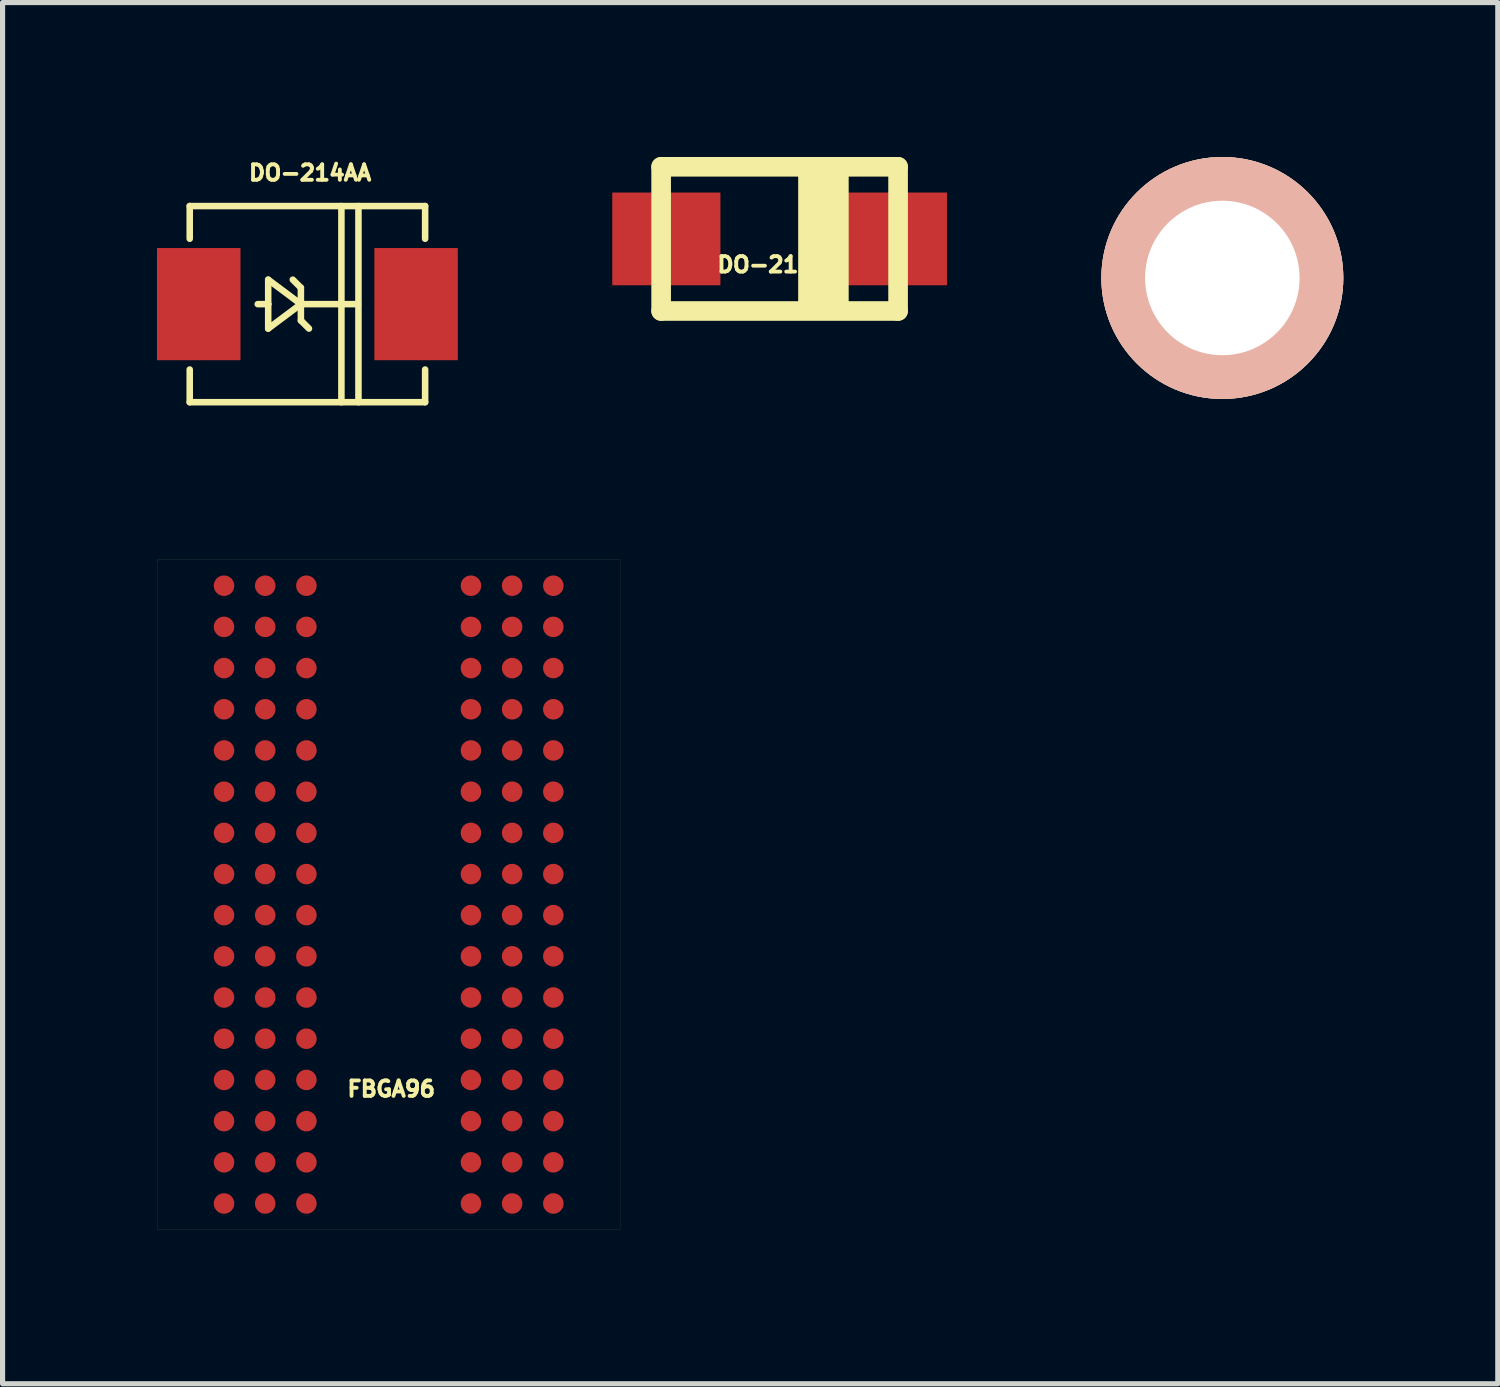
<source format=kicad_pcb>
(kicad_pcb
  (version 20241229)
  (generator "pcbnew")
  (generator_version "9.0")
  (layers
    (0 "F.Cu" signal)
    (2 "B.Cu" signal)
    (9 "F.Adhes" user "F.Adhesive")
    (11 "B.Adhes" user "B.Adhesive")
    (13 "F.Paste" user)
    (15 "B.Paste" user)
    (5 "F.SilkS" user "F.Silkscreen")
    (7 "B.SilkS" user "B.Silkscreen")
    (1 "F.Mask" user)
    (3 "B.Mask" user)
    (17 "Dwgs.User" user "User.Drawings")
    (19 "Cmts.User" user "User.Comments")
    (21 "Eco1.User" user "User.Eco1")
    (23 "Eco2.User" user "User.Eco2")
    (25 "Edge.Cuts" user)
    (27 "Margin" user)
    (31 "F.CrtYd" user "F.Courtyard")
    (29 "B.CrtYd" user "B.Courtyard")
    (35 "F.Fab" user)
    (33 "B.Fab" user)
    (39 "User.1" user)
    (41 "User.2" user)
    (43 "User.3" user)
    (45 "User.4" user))
  (footprint "FBGA96"
    (layer "F.Cu")
    (at 4.549 15.488)
    (property "Reference" "FBGA96" (at 0 2.612 0) (layer "F.SilkS") (effects (font (size 0.3 0.3) (thickness 0.075))))
    (attr smd)
    (fp_line (start -4.548 -7.662) (end -4.548 5.337) (stroke (width 0.001) (type solid)) (layer "F.SilkS"))
    (fp_line (start -4.518 -7.662) (end -4.548 -7.632) (stroke (width 0.001) (type solid)) (layer "F.SilkS"))
    (fp_line (start 4.448 -7.662) (end -4.548 -7.662) (stroke (width 0.001) (type solid)) (layer "F.SilkS"))
    (fp_line (start 4.448 -7.662) (end 4.448 5.337) (stroke (width 0.001) (type solid)) (layer "F.SilkS"))
    (fp_line (start 4.448 5.337) (end -4.548 5.337) (stroke (width 0.001) (type solid)) (layer "F.SilkS"))
    (pad "A1" smd oval (at -3.248 -7.162 270) (size 0.399 0.399) (layers "F.Cu" "F.Mask" "F.Paste"))
    (pad "A2" smd oval (at -2.448 -7.162 270) (size 0.399 0.399) (layers "F.Cu" "F.Mask" "F.Paste"))
    (pad "A3" smd oval (at -1.648 -7.162 270) (size 0.399 0.399) (layers "F.Cu" "F.Mask" "F.Paste"))
    (pad "A7" smd oval (at 1.548 -7.162 270) (size 0.399 0.399) (layers "F.Cu" "F.Mask" "F.Paste"))
    (pad "A8" smd oval (at 2.348 -7.162 270) (size 0.399 0.399) (layers "F.Cu" "F.Mask" "F.Paste"))
    (pad "A9" smd oval (at 3.148 -7.162 270) (size 0.399 0.399) (layers "F.Cu" "F.Mask" "F.Paste"))
    (pad "B1" smd oval (at -3.248 -6.362 270) (size 0.399 0.399) (layers "F.Cu" "F.Mask" "F.Paste"))
    (pad "B2" smd oval (at -2.448 -6.362 270) (size 0.399 0.399) (layers "F.Cu" "F.Mask" "F.Paste"))
    (pad "B3" smd oval (at -1.648 -6.362 270) (size 0.399 0.399) (layers "F.Cu" "F.Mask" "F.Paste"))
    (pad "B7" smd oval (at 1.548 -6.362 270) (size 0.399 0.399) (layers "F.Cu" "F.Mask" "F.Paste"))
    (pad "B8" smd oval (at 2.348 -6.362 270) (size 0.399 0.399) (layers "F.Cu" "F.Mask" "F.Paste"))
    (pad "B9" smd oval (at 3.148 -6.362 270) (size 0.399 0.399) (layers "F.Cu" "F.Mask" "F.Paste"))
    (pad "C1" smd oval (at -3.248 -5.562 270) (size 0.399 0.399) (layers "F.Cu" "F.Mask" "F.Paste"))
    (pad "C2" smd oval (at -2.448 -5.562 270) (size 0.399 0.399) (layers "F.Cu" "F.Mask" "F.Paste"))
    (pad "C3" smd oval (at -1.648 -5.562 270) (size 0.399 0.399) (layers "F.Cu" "F.Mask" "F.Paste"))
    (pad "C7" smd oval (at 1.548 -5.562 270) (size 0.399 0.399) (layers "F.Cu" "F.Mask" "F.Paste"))
    (pad "C8" smd oval (at 2.348 -5.562 270) (size 0.399 0.399) (layers "F.Cu" "F.Mask" "F.Paste"))
    (pad "C9" smd oval (at 3.148 -5.562 270) (size 0.399 0.399) (layers "F.Cu" "F.Mask" "F.Paste"))
    (pad "D1" smd oval (at -3.248 -4.762 270) (size 0.399 0.399) (layers "F.Cu" "F.Mask" "F.Paste"))
    (pad "D2" smd oval (at -2.448 -4.762 270) (size 0.399 0.399) (layers "F.Cu" "F.Mask" "F.Paste"))
    (pad "D3" smd oval (at -1.648 -4.762 270) (size 0.399 0.399) (layers "F.Cu" "F.Mask" "F.Paste"))
    (pad "D7" smd oval (at 1.548 -4.762 270) (size 0.399 0.399) (layers "F.Cu" "F.Mask" "F.Paste"))
    (pad "D8" smd oval (at 2.348 -4.762 270) (size 0.399 0.399) (layers "F.Cu" "F.Mask" "F.Paste"))
    (pad "D9" smd oval (at 3.148 -4.762 270) (size 0.399 0.399) (layers "F.Cu" "F.Mask" "F.Paste"))
    (pad "E1" smd oval (at -3.248 -3.962 270) (size 0.399 0.399) (layers "F.Cu" "F.Mask" "F.Paste"))
    (pad "E2" smd oval (at -2.448 -3.962 270) (size 0.399 0.399) (layers "F.Cu" "F.Mask" "F.Paste"))
    (pad "E3" smd oval (at -1.648 -3.962 270) (size 0.399 0.399) (layers "F.Cu" "F.Mask" "F.Paste"))
    (pad "E7" smd oval (at 1.548 -3.962 270) (size 0.399 0.399) (layers "F.Cu" "F.Mask" "F.Paste"))
    (pad "E8" smd oval (at 2.348 -3.962 270) (size 0.399 0.399) (layers "F.Cu" "F.Mask" "F.Paste"))
    (pad "E9" smd oval (at 3.148 -3.962 270) (size 0.399 0.399) (layers "F.Cu" "F.Mask" "F.Paste"))
    (pad "F1" smd oval (at -3.248 -3.161 270) (size 0.399 0.399) (layers "F.Cu" "F.Mask" "F.Paste"))
    (pad "F2" smd oval (at -2.448 -3.161 270) (size 0.399 0.399) (layers "F.Cu" "F.Mask" "F.Paste"))
    (pad "F3" smd oval (at -1.648 -3.161 270) (size 0.399 0.399) (layers "F.Cu" "F.Mask" "F.Paste"))
    (pad "F7" smd oval (at 1.548 -3.161 270) (size 0.399 0.399) (layers "F.Cu" "F.Mask" "F.Paste"))
    (pad "F8" smd oval (at 2.348 -3.161 270) (size 0.399 0.399) (layers "F.Cu" "F.Mask" "F.Paste"))
    (pad "F9" smd oval (at 3.148 -3.161 270) (size 0.399 0.399) (layers "F.Cu" "F.Mask" "F.Paste"))
    (pad "G1" smd oval (at -3.248 -2.361 270) (size 0.399 0.399) (layers "F.Cu" "F.Mask" "F.Paste"))
    (pad "G2" smd oval (at -2.448 -2.361 270) (size 0.399 0.399) (layers "F.Cu" "F.Mask" "F.Paste"))
    (pad "G3" smd oval (at -1.648 -2.361 270) (size 0.399 0.399) (layers "F.Cu" "F.Mask" "F.Paste"))
    (pad "G7" smd oval (at 1.548 -2.361 270) (size 0.399 0.399) (layers "F.Cu" "F.Mask" "F.Paste"))
    (pad "G8" smd oval (at 2.348 -2.361 270) (size 0.399 0.399) (layers "F.Cu" "F.Mask" "F.Paste"))
    (pad "G9" smd oval (at 3.148 -2.361 270) (size 0.399 0.399) (layers "F.Cu" "F.Mask" "F.Paste"))
    (pad "H1" smd oval (at -3.248 -1.561 270) (size 0.399 0.399) (layers "F.Cu" "F.Mask" "F.Paste"))
    (pad "H2" smd oval (at -2.448 -1.561 270) (size 0.399 0.399) (layers "F.Cu" "F.Mask" "F.Paste"))
    (pad "H3" smd oval (at -1.648 -1.561 270) (size 0.399 0.399) (layers "F.Cu" "F.Mask" "F.Paste"))
    (pad "H7" smd oval (at 1.548 -1.561 270) (size 0.399 0.399) (layers "F.Cu" "F.Mask" "F.Paste"))
    (pad "H8" smd oval (at 2.348 -1.561 270) (size 0.399 0.399) (layers "F.Cu" "F.Mask" "F.Paste"))
    (pad "H9" smd oval (at 3.148 -1.561 270) (size 0.399 0.399) (layers "F.Cu" "F.Mask" "F.Paste"))
    (pad "J1" smd oval (at -3.248 -0.764 270) (size 0.399 0.399) (layers "F.Cu" "F.Mask" "F.Paste"))
    (pad "J2" smd oval (at -2.448 -0.764 270) (size 0.399 0.399) (layers "F.Cu" "F.Mask" "F.Paste"))
    (pad "J3" smd oval (at -1.648 -0.764 270) (size 0.399 0.399) (layers "F.Cu" "F.Mask" "F.Paste"))
    (pad "J7" smd oval (at 1.548 -0.764 270) (size 0.399 0.399) (layers "F.Cu" "F.Mask" "F.Paste"))
    (pad "J8" smd oval (at 2.348 -0.764 270) (size 0.399 0.399) (layers "F.Cu" "F.Mask" "F.Paste"))
    (pad "J9" smd oval (at 3.148 -0.764 270) (size 0.399 0.399) (layers "F.Cu" "F.Mask" "F.Paste"))
    (pad "K1" smd oval (at -3.248 0.036 270) (size 0.399 0.399) (layers "F.Cu" "F.Mask" "F.Paste"))
    (pad "K2" smd oval (at -2.448 0.036 270) (size 0.399 0.399) (layers "F.Cu" "F.Mask" "F.Paste"))
    (pad "K3" smd oval (at -1.648 0.036 270) (size 0.399 0.399) (layers "F.Cu" "F.Mask" "F.Paste"))
    (pad "K7" smd oval (at 1.548 0.036 270) (size 0.399 0.399) (layers "F.Cu" "F.Mask" "F.Paste"))
    (pad "K8" smd oval (at 2.348 0.036 270) (size 0.399 0.399) (layers "F.Cu" "F.Mask" "F.Paste"))
    (pad "K9" smd oval (at 3.148 0.036 270) (size 0.399 0.399) (layers "F.Cu" "F.Mask" "F.Paste"))
    (pad "L1" smd oval (at -3.248 0.836 270) (size 0.399 0.399) (layers "F.Cu" "F.Mask" "F.Paste"))
    (pad "L2" smd oval (at -2.448 0.836 270) (size 0.399 0.399) (layers "F.Cu" "F.Mask" "F.Paste"))
    (pad "L3" smd oval (at -1.648 0.836 270) (size 0.399 0.399) (layers "F.Cu" "F.Mask" "F.Paste"))
    (pad "L7" smd oval (at 1.548 0.836 270) (size 0.399 0.399) (layers "F.Cu" "F.Mask" "F.Paste"))
    (pad "L8" smd oval (at 2.348 0.836 270) (size 0.399 0.399) (layers "F.Cu" "F.Mask" "F.Paste"))
    (pad "L9" smd oval (at 3.148 0.836 270) (size 0.399 0.399) (layers "F.Cu" "F.Mask" "F.Paste"))
    (pad "M1" smd oval (at -3.248 1.637 270) (size 0.399 0.399) (layers "F.Cu" "F.Mask" "F.Paste"))
    (pad "M2" smd oval (at -2.448 1.637 270) (size 0.399 0.399) (layers "F.Cu" "F.Mask" "F.Paste"))
    (pad "M3" smd oval (at -1.648 1.637 270) (size 0.399 0.399) (layers "F.Cu" "F.Mask" "F.Paste"))
    (pad "M7" smd oval (at 1.548 1.637 270) (size 0.399 0.399) (layers "F.Cu" "F.Mask" "F.Paste"))
    (pad "M8" smd oval (at 2.348 1.637 270) (size 0.399 0.399) (layers "F.Cu" "F.Mask" "F.Paste"))
    (pad "M9" smd oval (at 3.148 1.637 270) (size 0.399 0.399) (layers "F.Cu" "F.Mask" "F.Paste"))
    (pad "N1" smd oval (at -3.248 2.437 270) (size 0.399 0.399) (layers "F.Cu" "F.Mask" "F.Paste"))
    (pad "N2" smd oval (at -2.448 2.437 270) (size 0.399 0.399) (layers "F.Cu" "F.Mask" "F.Paste"))
    (pad "N3" smd oval (at -1.648 2.437 270) (size 0.399 0.399) (layers "F.Cu" "F.Mask" "F.Paste"))
    (pad "N7" smd oval (at 1.548 2.437 270) (size 0.399 0.399) (layers "F.Cu" "F.Mask" "F.Paste"))
    (pad "N8" smd oval (at 2.348 2.437 270) (size 0.399 0.399) (layers "F.Cu" "F.Mask" "F.Paste"))
    (pad "N9" smd oval (at 3.148 2.437 270) (size 0.399 0.399) (layers "F.Cu" "F.Mask" "F.Paste"))
    (pad "P1" smd oval (at -3.248 3.237 270) (size 0.399 0.399) (layers "F.Cu" "F.Mask" "F.Paste"))
    (pad "P2" smd oval (at -2.448 3.237 270) (size 0.399 0.399) (layers "F.Cu" "F.Mask" "F.Paste"))
    (pad "P3" smd oval (at -1.648 3.237 270) (size 0.399 0.399) (layers "F.Cu" "F.Mask" "F.Paste"))
    (pad "P7" smd oval (at 1.548 3.237 270) (size 0.399 0.399) (layers "F.Cu" "F.Mask" "F.Paste"))
    (pad "P8" smd oval (at 2.348 3.237 270) (size 0.399 0.399) (layers "F.Cu" "F.Mask" "F.Paste"))
    (pad "P9" smd oval (at 3.148 3.237 270) (size 0.399 0.399) (layers "F.Cu" "F.Mask" "F.Paste"))
    (pad "R1" smd oval (at -3.248 4.037 270) (size 0.399 0.399) (layers "F.Cu" "F.Mask" "F.Paste"))
    (pad "R2" smd oval (at -2.448 4.037 270) (size 0.399 0.399) (layers "F.Cu" "F.Mask" "F.Paste"))
    (pad "R3" smd oval (at -1.648 4.037 270) (size 0.399 0.399) (layers "F.Cu" "F.Mask" "F.Paste"))
    (pad "R7" smd oval (at 1.548 4.037 270) (size 0.399 0.399) (layers "F.Cu" "F.Mask" "F.Paste"))
    (pad "R8" smd oval (at 2.348 4.037 270) (size 0.399 0.399) (layers "F.Cu" "F.Mask" "F.Paste"))
    (pad "R9" smd oval (at 3.148 4.037 270) (size 0.399 0.399) (layers "F.Cu" "F.Mask" "F.Paste"))
    (pad "T1" smd oval (at -3.248 4.837 270) (size 0.399 0.399) (layers "F.Cu" "F.Mask" "F.Paste"))
    (pad "T2" smd oval (at -2.448 4.837 270) (size 0.399 0.399) (layers "F.Cu" "F.Mask" "F.Paste"))
    (pad "T3" smd oval (at -1.648 4.837 270) (size 0.399 0.399) (layers "F.Cu" "F.Mask" "F.Paste"))
    (pad "T7" smd oval (at 1.548 4.837 270) (size 0.399 0.399) (layers "F.Cu" "F.Mask" "F.Paste"))
    (pad "T8" smd oval (at 2.348 4.837 270) (size 0.399 0.399) (layers "F.Cu" "F.Mask" "F.Paste"))
    (pad "T9" smd oval (at 3.148 4.837 270) (size 0.399 0.399) (layers "F.Cu" "F.Mask" "F.Paste")))
  (footprint "DO-214AC"
    (layer "F.Cu")
    (at 12.092 1.59)
    (property "Reference" "DO-214AC" (at 0 0.5 0) (layer "F.SilkS") (effects (font (size 0.3 0.3) (thickness 0.076))))
    (attr through_hole)
    (fp_line (start -2.301 -1.4) (end -2.301 1.4) (stroke (width 0.381) (type solid)) (layer "F.SilkS"))
    (fp_line (start -2.301 1.4) (end 2.301 1.4) (stroke (width 0.381) (type solid)) (layer "F.SilkS"))
    (fp_line (start 0.551 -1.4) (end 0.551 1.3) (stroke (width 0.381) (type solid)) (layer "F.SilkS"))
    (fp_line (start 0.851 -1.349) (end 0.851 1.3) (stroke (width 0.381) (type solid)) (layer "F.SilkS"))
    (fp_line (start 1.151 -1.4) (end 1.151 1.349) (stroke (width 0.381) (type solid)) (layer "F.SilkS"))
    (fp_line (start 2.301 -1.4) (end -2.301 -1.4) (stroke (width 0.381) (type solid)) (layer "F.SilkS"))
    (fp_line (start 2.301 1.4) (end 2.301 -1.4) (stroke (width 0.381) (type solid)) (layer "F.SilkS"))
    (pad "1" smd rect (at -2.2 0) (size 2.101 1.801) (layers "F.Cu" "F.Mask" "F.Paste"))
    (pad "2" smd rect (at 2.2 0) (size 2.101 1.801) (layers "F.Cu" "F.Mask" "F.Paste")))
  (footprint "Drill"
    (layer "F.Cu")
    (at 20.691 2.349)
    (property "Reference" "Drill" (at 0 0 0) (layer "F.SilkS") (effects (font (size 0.3 0.3) (thickness 0.076))))
    (attr through_hole)
    (pad "" thru_hole circle (at 0 0) (size 4.699 4.699) (drill 3) (layers "*.Cu" "*.SilkS" "*.Mask")))
  (footprint "DO-214AA"
    (layer "F.Cu")
    (at 2.921 2.857)
    (property "Reference" "DO-214AA" (at 0.051 -2.55 0) (layer "F.SilkS") (effects (font (size 0.3 0.3) (thickness 0.076))))
    (attr smd)
    (fp_line (start -2.286 -1.905) (end 2.286 -1.905) (stroke (width 0.127) (type solid)) (layer "F.SilkS"))
    (fp_line (start -2.286 -1.27) (end -2.286 -1.905) (stroke (width 0.127) (type solid)) (layer "F.SilkS"))
    (fp_line (start -2.286 1.27) (end -2.286 1.905) (stroke (width 0.127) (type solid)) (layer "F.SilkS"))
    (fp_line (start -2.286 1.905) (end 2.286 1.905) (stroke (width 0.127) (type solid)) (layer "F.SilkS"))
    (fp_line (start -0.762 -0.475) (end -0.762 0) (stroke (width 0.127) (type solid)) (layer "F.SilkS"))
    (fp_line (start -0.762 0) (end -0.965 0) (stroke (width 0.127) (type solid)) (layer "F.SilkS"))
    (fp_line (start -0.762 0) (end -0.762 0.475) (stroke (width 0.127) (type solid)) (layer "F.SilkS"))
    (fp_line (start -0.762 0.475) (end -0.127 0) (stroke (width 0.127) (type solid)) (layer "F.SilkS"))
    (fp_line (start -0.127 -0.318) (end -0.284 -0.475) (stroke (width 0.127) (type solid)) (layer "F.SilkS"))
    (fp_line (start -0.127 0) (end -0.762 -0.475) (stroke (width 0.127) (type solid)) (layer "F.SilkS"))
    (fp_line (start -0.127 0) (end -0.127 -0.318) (stroke (width 0.127) (type solid)) (layer "F.SilkS"))
    (fp_line (start -0.127 0) (end -0.127 0.318) (stroke (width 0.127) (type solid)) (layer "F.SilkS"))
    (fp_line (start -0.127 0) (end 0.983 0) (stroke (width 0.127) (type solid)) (layer "F.SilkS"))
    (fp_line (start -0.127 0.318) (end 0.03 0.475) (stroke (width 0.127) (type solid)) (layer "F.SilkS"))
    (fp_line (start 0.66 1.905) (end 0.66 -1.905) (stroke (width 0.127) (type solid)) (layer "F.SilkS"))
    (fp_line (start 0.991 1.905) (end 0.991 -1.905) (stroke (width 0.127) (type solid)) (layer "F.SilkS"))
    (fp_line (start 2.286 -1.905) (end 2.286 -1.27) (stroke (width 0.127) (type solid)) (layer "F.SilkS"))
    (fp_line (start 2.286 1.905) (end 2.286 1.27) (stroke (width 0.127) (type solid)) (layer "F.SilkS"))
    (pad "1" smd rect (at -2.111 0) (size 1.621 2.179) (layers "F.Cu" "F.Mask" "F.Paste"))
    (pad "2" smd rect (at 2.111 0) (size 1.621 2.179) (layers "F.Cu" "F.Mask" "F.Paste")))
  (gr_rect
    (start -3 -3)
    (end 26.041 23.826)
    (stroke (width 0.1) (type default))
    (fill no)
    (layer "Edge.Cuts")))
</source>
